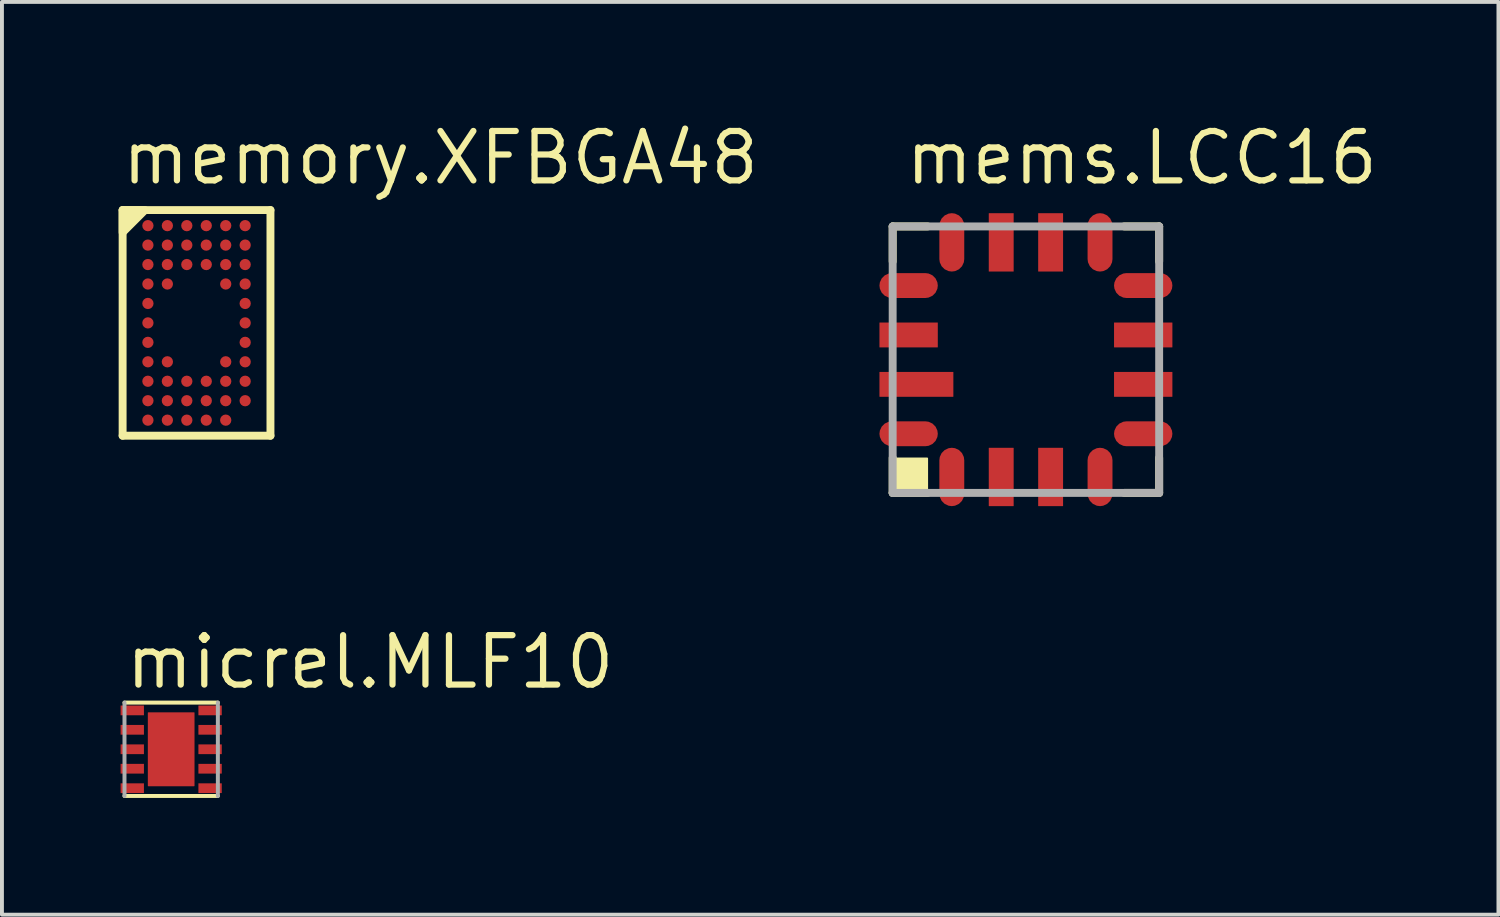
<source format=kicad_pcb>
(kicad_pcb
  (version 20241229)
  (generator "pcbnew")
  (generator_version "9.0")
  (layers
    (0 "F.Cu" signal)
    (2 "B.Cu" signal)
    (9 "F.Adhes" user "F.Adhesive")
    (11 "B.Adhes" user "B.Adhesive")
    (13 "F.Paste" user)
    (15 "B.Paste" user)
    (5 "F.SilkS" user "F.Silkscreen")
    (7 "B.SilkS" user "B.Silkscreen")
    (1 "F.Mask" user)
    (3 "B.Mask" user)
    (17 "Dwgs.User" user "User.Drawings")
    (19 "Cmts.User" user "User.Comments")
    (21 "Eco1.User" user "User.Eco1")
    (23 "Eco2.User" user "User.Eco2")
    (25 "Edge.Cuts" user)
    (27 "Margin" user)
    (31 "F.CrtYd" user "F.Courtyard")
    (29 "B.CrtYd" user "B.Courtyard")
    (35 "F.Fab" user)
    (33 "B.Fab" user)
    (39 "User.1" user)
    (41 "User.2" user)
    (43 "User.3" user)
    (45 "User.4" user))
  (footprint "memory.XFBGA48"
    (layer "F.Cu")
    (at 2.002 5.25)
    (property "Reference" "memory.XFBGA48" (at -2 -3.5 0) (layer "F.SilkS") (effects (font (size 1.27 1.27) (thickness 0.16)) (justify left bottom)))
    (attr smd)
    (fp_circle (center -1.25 -2.5) (end -1.09 -2.5) (stroke (width 0.1) (type default)) (fill no) (layer "F.Mask"))
    (fp_circle (center -1.25 -2) (end -1.09 -2) (stroke (width 0.1) (type default)) (fill no) (layer "F.Mask"))
    (fp_circle (center -1.25 -1.5) (end -1.09 -1.5) (stroke (width 0.1) (type default)) (fill no) (layer "F.Mask"))
    (fp_circle (center -1.25 -1) (end -1.09 -1) (stroke (width 0.1) (type default)) (fill no) (layer "F.Mask"))
    (fp_circle (center -1.25 -0.5) (end -1.09 -0.5) (stroke (width 0.1) (type default)) (fill no) (layer "F.Mask"))
    (fp_circle (center -1.25 0) (end -1.09 0) (stroke (width 0.1) (type default)) (fill no) (layer "F.Mask"))
    (fp_circle (center -1.25 0.5) (end -1.09 0.5) (stroke (width 0.1) (type default)) (fill no) (layer "F.Mask"))
    (fp_circle (center -1.25 1) (end -1.09 1) (stroke (width 0.1) (type default)) (fill no) (layer "F.Mask"))
    (fp_circle (center -1.25 1.5) (end -1.09 1.5) (stroke (width 0.1) (type default)) (fill no) (layer "F.Mask"))
    (fp_circle (center -1.25 2) (end -1.09 2) (stroke (width 0.1) (type default)) (fill no) (layer "F.Mask"))
    (fp_circle (center -1.25 2.5) (end -1.09 2.5) (stroke (width 0.1) (type default)) (fill no) (layer "F.Mask"))
    (fp_circle (center -0.75 -2.5) (end -0.59 -2.5) (stroke (width 0.1) (type default)) (fill no) (layer "F.Mask"))
    (fp_circle (center -0.75 -2) (end -0.59 -2) (stroke (width 0.1) (type default)) (fill no) (layer "F.Mask"))
    (fp_circle (center -0.75 -1.5) (end -0.59 -1.5) (stroke (width 0.1) (type default)) (fill no) (layer "F.Mask"))
    (fp_circle (center -0.75 -1) (end -0.59 -1) (stroke (width 0.1) (type default)) (fill no) (layer "F.Mask"))
    (fp_circle (center -0.75 1) (end -0.59 1) (stroke (width 0.1) (type default)) (fill no) (layer "F.Mask"))
    (fp_circle (center -0.75 1.5) (end -0.59 1.5) (stroke (width 0.1) (type default)) (fill no) (layer "F.Mask"))
    (fp_circle (center -0.75 2) (end -0.59 2) (stroke (width 0.1) (type default)) (fill no) (layer "F.Mask"))
    (fp_circle (center -0.75 2.5) (end -0.59 2.5) (stroke (width 0.1) (type default)) (fill no) (layer "F.Mask"))
    (fp_circle (center -0.25 -2.5) (end -0.09 -2.5) (stroke (width 0.1) (type default)) (fill no) (layer "F.Mask"))
    (fp_circle (center -0.25 -2) (end -0.09 -2) (stroke (width 0.1) (type default)) (fill no) (layer "F.Mask"))
    (fp_circle (center -0.25 -1.5) (end -0.09 -1.5) (stroke (width 0.1) (type default)) (fill no) (layer "F.Mask"))
    (fp_circle (center -0.25 1.5) (end -0.09 1.5) (stroke (width 0.1) (type default)) (fill no) (layer "F.Mask"))
    (fp_circle (center -0.25 2) (end -0.09 2) (stroke (width 0.1) (type default)) (fill no) (layer "F.Mask"))
    (fp_circle (center -0.25 2.5) (end -0.09 2.5) (stroke (width 0.1) (type default)) (fill no) (layer "F.Mask"))
    (fp_circle (center 0.25 -2.5) (end 0.41 -2.5) (stroke (width 0.1) (type default)) (fill no) (layer "F.Mask"))
    (fp_circle (center 0.25 -2) (end 0.41 -2) (stroke (width 0.1) (type default)) (fill no) (layer "F.Mask"))
    (fp_circle (center 0.25 -1.5) (end 0.41 -1.5) (stroke (width 0.1) (type default)) (fill no) (layer "F.Mask"))
    (fp_circle (center 0.25 1.5) (end 0.41 1.5) (stroke (width 0.1) (type default)) (fill no) (layer "F.Mask"))
    (fp_circle (center 0.25 2) (end 0.41 2) (stroke (width 0.1) (type default)) (fill no) (layer "F.Mask"))
    (fp_circle (center 0.25 2.5) (end 0.41 2.5) (stroke (width 0.1) (type default)) (fill no) (layer "F.Mask"))
    (fp_circle (center 0.75 -2.5) (end 0.91 -2.5) (stroke (width 0.1) (type default)) (fill no) (layer "F.Mask"))
    (fp_circle (center 0.75 -2) (end 0.91 -2) (stroke (width 0.1) (type default)) (fill no) (layer "F.Mask"))
    (fp_circle (center 0.75 -1.5) (end 0.91 -1.5) (stroke (width 0.1) (type default)) (fill no) (layer "F.Mask"))
    (fp_circle (center 0.75 -1) (end 0.91 -1) (stroke (width 0.1) (type default)) (fill no) (layer "F.Mask"))
    (fp_circle (center 0.75 1) (end 0.91 1) (stroke (width 0.1) (type default)) (fill no) (layer "F.Mask"))
    (fp_circle (center 0.75 1.5) (end 0.91 1.5) (stroke (width 0.1) (type default)) (fill no) (layer "F.Mask"))
    (fp_circle (center 0.75 2) (end 0.91 2) (stroke (width 0.1) (type default)) (fill no) (layer "F.Mask"))
    (fp_circle (center 0.75 2.5) (end 0.91 2.5) (stroke (width 0.1) (type default)) (fill no) (layer "F.Mask"))
    (fp_circle (center 1.25 -2.5) (end 1.41 -2.5) (stroke (width 0.1) (type default)) (fill no) (layer "F.Mask"))
    (fp_circle (center 1.25 -2) (end 1.41 -2) (stroke (width 0.1) (type default)) (fill no) (layer "F.Mask"))
    (fp_circle (center 1.25 -1.5) (end 1.41 -1.5) (stroke (width 0.1) (type default)) (fill no) (layer "F.Mask"))
    (fp_circle (center 1.25 -1) (end 1.41 -1) (stroke (width 0.1) (type default)) (fill no) (layer "F.Mask"))
    (fp_circle (center 1.25 -0.5) (end 1.41 -0.5) (stroke (width 0.1) (type default)) (fill no) (layer "F.Mask"))
    (fp_circle (center 1.25 0) (end 1.41 0) (stroke (width 0.1) (type default)) (fill no) (layer "F.Mask"))
    (fp_circle (center 1.25 0.5) (end 1.41 0.5) (stroke (width 0.1) (type default)) (fill no) (layer "F.Mask"))
    (fp_circle (center 1.25 1) (end 1.41 1) (stroke (width 0.1) (type default)) (fill no) (layer "F.Mask"))
    (fp_circle (center 1.25 1.5) (end 1.41 1.5) (stroke (width 0.1) (type default)) (fill no) (layer "F.Mask"))
    (fp_circle (center 1.25 2) (end 1.41 2) (stroke (width 0.1) (type default)) (fill no) (layer "F.Mask"))
    (fp_line (start -1.9 -2.9) (end 1.9 -2.9) (stroke (width 0.203) (type default)) (layer "F.SilkS"))
    (fp_line (start -1.9 2.9) (end -1.9 -2.9) (stroke (width 0.203) (type default)) (layer "F.SilkS"))
    (fp_line (start 1.9 -2.9) (end 1.9 2.9) (stroke (width 0.203) (type default)) (layer "F.SilkS"))
    (fp_line (start 1.9 2.9) (end -1.9 2.9) (stroke (width 0.203) (type default)) (layer "F.SilkS"))
    (fp_poly (pts (xy -1.9 -2.325) (xy -1.325 -2.9) (xy -1.9 -2.9)) (stroke (width 0.203) (type default)) (fill yes) (layer "F.SilkS"))
    (pad "A1" smd roundrect (at -1.25 -2.5) (size 0.29 0.29) (layers "F.Cu" "F.Mask" "F.Paste") (roundrect_rratio 0.5))
    (pad "A2" smd roundrect (at -0.75 -2.5) (size 0.29 0.29) (layers "F.Cu" "F.Mask" "F.Paste") (roundrect_rratio 0.5))
    (pad "A3" smd roundrect (at -0.25 -2.5) (size 0.29 0.29) (layers "F.Cu" "F.Mask" "F.Paste") (roundrect_rratio 0.5))
    (pad "A4" smd roundrect (at 0.25 -2.5) (size 0.29 0.29) (layers "F.Cu" "F.Mask" "F.Paste") (roundrect_rratio 0.5))
    (pad "A5" smd roundrect (at 0.75 -2.5) (size 0.29 0.29) (layers "F.Cu" "F.Mask" "F.Paste") (roundrect_rratio 0.5))
    (pad "A6" smd roundrect (at 1.25 -2.5) (size 0.29 0.29) (layers "F.Cu" "F.Mask" "F.Paste") (roundrect_rratio 0.5))
    (pad "B1" smd roundrect (at -1.25 -2) (size 0.29 0.29) (layers "F.Cu" "F.Mask" "F.Paste") (roundrect_rratio 0.5))
    (pad "B2" smd roundrect (at -0.75 -2) (size 0.29 0.29) (layers "F.Cu" "F.Mask" "F.Paste") (roundrect_rratio 0.5))
    (pad "B3" smd roundrect (at -0.25 -2) (size 0.29 0.29) (layers "F.Cu" "F.Mask" "F.Paste") (roundrect_rratio 0.5))
    (pad "B4" smd roundrect (at 0.25 -2) (size 0.29 0.29) (layers "F.Cu" "F.Mask" "F.Paste") (roundrect_rratio 0.5))
    (pad "B5" smd roundrect (at 0.75 -2) (size 0.29 0.29) (layers "F.Cu" "F.Mask" "F.Paste") (roundrect_rratio 0.5))
    (pad "B6" smd roundrect (at 1.25 -2) (size 0.29 0.29) (layers "F.Cu" "F.Mask" "F.Paste") (roundrect_rratio 0.5))
    (pad "C1" smd roundrect (at -1.25 -1.5) (size 0.29 0.29) (layers "F.Cu" "F.Mask" "F.Paste") (roundrect_rratio 0.5))
    (pad "C2" smd roundrect (at -0.75 -1.5) (size 0.29 0.29) (layers "F.Cu" "F.Mask" "F.Paste") (roundrect_rratio 0.5))
    (pad "C3" smd roundrect (at -0.25 -1.5) (size 0.29 0.29) (layers "F.Cu" "F.Mask" "F.Paste") (roundrect_rratio 0.5))
    (pad "C4" smd roundrect (at 0.25 -1.5) (size 0.29 0.29) (layers "F.Cu" "F.Mask" "F.Paste") (roundrect_rratio 0.5))
    (pad "C5" smd roundrect (at 0.75 -1.5) (size 0.29 0.29) (layers "F.Cu" "F.Mask" "F.Paste") (roundrect_rratio 0.5))
    (pad "C6" smd roundrect (at 1.25 -1.5) (size 0.29 0.29) (layers "F.Cu" "F.Mask" "F.Paste") (roundrect_rratio 0.5))
    (pad "D1" smd roundrect (at -1.25 -1) (size 0.29 0.29) (layers "F.Cu" "F.Mask" "F.Paste") (roundrect_rratio 0.5))
    (pad "D2" smd roundrect (at -0.75 -1) (size 0.29 0.29) (layers "F.Cu" "F.Mask" "F.Paste") (roundrect_rratio 0.5))
    (pad "D5" smd roundrect (at 0.75 -1) (size 0.29 0.29) (layers "F.Cu" "F.Mask" "F.Paste") (roundrect_rratio 0.5))
    (pad "D6" smd roundrect (at 1.25 -1) (size 0.29 0.29) (layers "F.Cu" "F.Mask" "F.Paste") (roundrect_rratio 0.5))
    (pad "E1" smd roundrect (at -1.25 -0.5) (size 0.29 0.29) (layers "F.Cu" "F.Mask" "F.Paste") (roundrect_rratio 0.5))
    (pad "E6" smd roundrect (at 1.25 -0.5) (size 0.29 0.29) (layers "F.Cu" "F.Mask" "F.Paste") (roundrect_rratio 0.5))
    (pad "F1" smd roundrect (at -1.25 0) (size 0.29 0.29) (layers "F.Cu" "F.Mask" "F.Paste") (roundrect_rratio 0.5))
    (pad "F6" smd roundrect (at 1.25 0) (size 0.29 0.29) (layers "F.Cu" "F.Mask" "F.Paste") (roundrect_rratio 0.5))
    (pad "G1" smd roundrect (at -1.25 0.5) (size 0.29 0.29) (layers "F.Cu" "F.Mask" "F.Paste") (roundrect_rratio 0.5))
    (pad "G6" smd roundrect (at 1.25 0.5) (size 0.29 0.29) (layers "F.Cu" "F.Mask" "F.Paste") (roundrect_rratio 0.5))
    (pad "H1" smd roundrect (at -1.25 1) (size 0.29 0.29) (layers "F.Cu" "F.Mask" "F.Paste") (roundrect_rratio 0.5))
    (pad "H2" smd roundrect (at -0.75 1) (size 0.29 0.29) (layers "F.Cu" "F.Mask" "F.Paste") (roundrect_rratio 0.5))
    (pad "H5" smd roundrect (at 0.75 1) (size 0.29 0.29) (layers "F.Cu" "F.Mask" "F.Paste") (roundrect_rratio 0.5))
    (pad "H6" smd roundrect (at 1.25 1) (size 0.29 0.29) (layers "F.Cu" "F.Mask" "F.Paste") (roundrect_rratio 0.5))
    (pad "J1" smd roundrect (at -1.25 1.5) (size 0.29 0.29) (layers "F.Cu" "F.Mask" "F.Paste") (roundrect_rratio 0.5))
    (pad "J2" smd roundrect (at -0.75 1.5) (size 0.29 0.29) (layers "F.Cu" "F.Mask" "F.Paste") (roundrect_rratio 0.5))
    (pad "J3" smd roundrect (at -0.25 1.5) (size 0.29 0.29) (layers "F.Cu" "F.Mask" "F.Paste") (roundrect_rratio 0.5))
    (pad "J4" smd roundrect (at 0.25 1.5) (size 0.29 0.29) (layers "F.Cu" "F.Mask" "F.Paste") (roundrect_rratio 0.5))
    (pad "J5" smd roundrect (at 0.75 1.5) (size 0.29 0.29) (layers "F.Cu" "F.Mask" "F.Paste") (roundrect_rratio 0.5))
    (pad "J6" smd roundrect (at 1.25 1.5) (size 0.29 0.29) (layers "F.Cu" "F.Mask" "F.Paste") (roundrect_rratio 0.5))
    (pad "K1" smd roundrect (at -1.25 2) (size 0.29 0.29) (layers "F.Cu" "F.Mask" "F.Paste") (roundrect_rratio 0.5))
    (pad "K2" smd roundrect (at -0.75 2) (size 0.29 0.29) (layers "F.Cu" "F.Mask" "F.Paste") (roundrect_rratio 0.5))
    (pad "K3" smd roundrect (at -0.25 2) (size 0.29 0.29) (layers "F.Cu" "F.Mask" "F.Paste") (roundrect_rratio 0.5))
    (pad "K4" smd roundrect (at 0.25 2) (size 0.29 0.29) (layers "F.Cu" "F.Mask" "F.Paste") (roundrect_rratio 0.5))
    (pad "K5" smd roundrect (at 0.75 2) (size 0.29 0.29) (layers "F.Cu" "F.Mask" "F.Paste") (roundrect_rratio 0.5))
    (pad "K6" smd roundrect (at 1.25 2) (size 0.29 0.29) (layers "F.Cu" "F.Mask" "F.Paste") (roundrect_rratio 0.5))
    (pad "L1" smd roundrect (at -1.25 2.5) (size 0.29 0.29) (layers "F.Cu" "F.Mask" "F.Paste") (roundrect_rratio 0.5))
    (pad "L2" smd roundrect (at -0.75 2.5) (size 0.29 0.29) (layers "F.Cu" "F.Mask" "F.Paste") (roundrect_rratio 0.5))
    (pad "L3" smd roundrect (at -0.25 2.5) (size 0.29 0.29) (layers "F.Cu" "F.Mask" "F.Paste") (roundrect_rratio 0.5))
    (pad "L4" smd roundrect (at 0.25 2.5) (size 0.29 0.29) (layers "F.Cu" "F.Mask" "F.Paste") (roundrect_rratio 0.5))
    (pad "L5" smd roundrect (at 0.75 2.5) (size 0.29 0.29) (layers "F.Cu" "F.Mask" "F.Paste") (roundrect_rratio 0.5)))
  (footprint "mems.LCC16"
    (layer "F.Cu")
    (at 23.321 6.195)
    (property "Reference" "mems.LCC16" (at -3.175 -4.445 0) (layer "F.SilkS") (effects (font (size 1.27 1.27) (thickness 0.16)) (justify left bottom)))
    (attr smd)
    (fp_line (start -3.425 -3.425) (end -2.525 -3.425) (stroke (width 0.203) (type default)) (layer "F.SilkS"))
    (fp_line (start -3.425 -2.525) (end -3.425 -3.425) (stroke (width 0.203) (type default)) (layer "F.SilkS"))
    (fp_line (start -3.425 3.425) (end -3.425 2.525) (stroke (width 0.203) (type default)) (layer "F.SilkS"))
    (fp_line (start -2.525 3.425) (end -3.425 3.425) (stroke (width 0.203) (type default)) (layer "F.SilkS"))
    (fp_line (start 2.525 -3.425) (end 3.425 -3.425) (stroke (width 0.203) (type default)) (layer "F.SilkS"))
    (fp_line (start 3.425 -3.425) (end 3.425 -2.525) (stroke (width 0.203) (type default)) (layer "F.SilkS"))
    (fp_line (start 3.425 2.525) (end 3.425 3.425) (stroke (width 0.203) (type default)) (layer "F.SilkS"))
    (fp_line (start 3.425 3.425) (end 2.525 3.425) (stroke (width 0.203) (type default)) (layer "F.SilkS"))
    (fp_rect (start -3.425 3.45) (end -2.54 2.54) (stroke (width 0.05) (type default)) (fill yes) (layer "F.SilkS"))
    (fp_line (start -3.425 -3.425) (end 3.425 -3.425) (stroke (width 0.203) (type default)) (layer "F.Fab"))
    (fp_line (start -3.425 3.425) (end -3.425 -3.425) (stroke (width 0.203) (type default)) (layer "F.Fab"))
    (fp_line (start 3.425 -3.425) (end 3.425 3.425) (stroke (width 0.203) (type default)) (layer "F.Fab"))
    (fp_line (start 3.425 3.425) (end -3.425 3.425) (stroke (width 0.203) (type default)) (layer "F.Fab"))
    (pad "1" smd roundrect (at -2.815 0.635) (size 1.9 0.64) (layers "F.Cu" "F.Mask" "F.Paste") (roundrect_rratio 0.01))
    (pad "2" smd roundrect (at -3.015 1.905) (size 1.5 0.64) (layers "F.Cu" "F.Mask" "F.Paste") (roundrect_rratio 0.5))
    (pad "3" smd roundrect (at -1.905 3.015 90) (size 1.5 0.64) (layers "F.Cu" "F.Mask" "F.Paste") (roundrect_rratio 0.5))
    (pad "4" smd roundrect (at -0.635 3.015 90) (size 1.5 0.64) (layers "F.Cu" "F.Mask" "F.Paste") (roundrect_rratio 0.01))
    (pad "5" smd roundrect (at 0.635 3.015 90) (size 1.5 0.64) (layers "F.Cu" "F.Mask" "F.Paste") (roundrect_rratio 0.01))
    (pad "6" smd roundrect (at 1.905 3.015 90) (size 1.5 0.64) (layers "F.Cu" "F.Mask" "F.Paste") (roundrect_rratio 0.5))
    (pad "7" smd roundrect (at 3.015 1.905 180) (size 1.5 0.64) (layers "F.Cu" "F.Mask" "F.Paste") (roundrect_rratio 0.5))
    (pad "8" smd roundrect (at 3.015 0.635 180) (size 1.5 0.64) (layers "F.Cu" "F.Mask" "F.Paste") (roundrect_rratio 0.01))
    (pad "9" smd roundrect (at 3.015 -0.635 180) (size 1.5 0.64) (layers "F.Cu" "F.Mask" "F.Paste") (roundrect_rratio 0.01))
    (pad "10" smd roundrect (at 3.015 -1.905 180) (size 1.5 0.64) (layers "F.Cu" "F.Mask" "F.Paste") (roundrect_rratio 0.5))
    (pad "11" smd roundrect (at 1.905 -3.015 270) (size 1.5 0.64) (layers "F.Cu" "F.Mask" "F.Paste") (roundrect_rratio 0.5))
    (pad "12" smd roundrect (at 0.635 -3.015 270) (size 1.5 0.64) (layers "F.Cu" "F.Mask" "F.Paste") (roundrect_rratio 0.01))
    (pad "13" smd roundrect (at -0.635 -3.015 270) (size 1.5 0.64) (layers "F.Cu" "F.Mask" "F.Paste") (roundrect_rratio 0.01))
    (pad "14" smd roundrect (at -1.905 -3.015 270) (size 1.5 0.64) (layers "F.Cu" "F.Mask" "F.Paste") (roundrect_rratio 0.5))
    (pad "15" smd roundrect (at -3.015 -1.905) (size 1.5 0.64) (layers "F.Cu" "F.Mask" "F.Paste") (roundrect_rratio 0.5))
    (pad "16" smd roundrect (at -3.015 -0.635) (size 1.5 0.64) (layers "F.Cu" "F.Mask" "F.Paste") (roundrect_rratio 0.01)))
  (footprint "micrel.MLF10"
    (layer "F.Cu")
    (at 1.35 16.21)
    (property "Reference" "micrel.MLF10" (at -1.25 -1.5 0) (layer "F.SilkS") (effects (font (size 1.27 1.27) (thickness 0.16)) (justify left bottom)))
    (attr smd)
    (fp_rect (start -1.325 -0.85) (end -0.675 -1.15) (stroke (width 0.05) (type default)) (fill yes) (layer "F.Mask"))
    (fp_rect (start -1.325 -0.35) (end -0.675 -0.65) (stroke (width 0.05) (type default)) (fill yes) (layer "F.Mask"))
    (fp_rect (start -1.325 0.15) (end -0.675 -0.15) (stroke (width 0.05) (type default)) (fill yes) (layer "F.Mask"))
    (fp_rect (start -1.325 0.65) (end -0.675 0.35) (stroke (width 0.05) (type default)) (fill yes) (layer "F.Mask"))
    (fp_rect (start -1.325 1.15) (end -0.675 0.85) (stroke (width 0.05) (type default)) (fill yes) (layer "F.Mask"))
    (fp_rect (start -0.625 0.975) (end 0.625 -0.975) (stroke (width 0.05) (type default)) (fill yes) (layer "F.Mask"))
    (fp_rect (start 0.675 -0.85) (end 1.325 -1.15) (stroke (width 0.05) (type default)) (fill yes) (layer "F.Mask"))
    (fp_rect (start 0.675 -0.35) (end 1.325 -0.65) (stroke (width 0.05) (type default)) (fill yes) (layer "F.Mask"))
    (fp_rect (start 0.675 0.15) (end 1.325 -0.15) (stroke (width 0.05) (type default)) (fill yes) (layer "F.Mask"))
    (fp_rect (start 0.675 0.65) (end 1.325 0.35) (stroke (width 0.05) (type default)) (fill yes) (layer "F.Mask"))
    (fp_rect (start 0.675 1.15) (end 1.325 0.85) (stroke (width 0.05) (type default)) (fill yes) (layer "F.Mask"))
    (fp_line (start -1.2 -1.2) (end 1.2 -1.2) (stroke (width 0.102) (type default)) (layer "F.SilkS"))
    (fp_line (start 1.2 1.2) (end -1.2 1.2) (stroke (width 0.102) (type default)) (layer "F.SilkS"))
    (fp_rect (start -1.275 -0.9) (end -0.725 -1.1) (stroke (width 0.05) (type default)) (fill yes) (layer "F.Paste"))
    (fp_rect (start -1.275 -0.4) (end -0.725 -0.6) (stroke (width 0.05) (type default)) (fill yes) (layer "F.Paste"))
    (fp_rect (start -1.275 0.1) (end -0.725 -0.1) (stroke (width 0.05) (type default)) (fill yes) (layer "F.Paste"))
    (fp_rect (start -1.275 0.6) (end -0.725 0.4) (stroke (width 0.05) (type default)) (fill yes) (layer "F.Paste"))
    (fp_rect (start -1.275 1.1) (end -0.725 0.9) (stroke (width 0.05) (type default)) (fill yes) (layer "F.Paste"))
    (fp_rect (start -0.525 0.875) (end 0.525 -0.875) (stroke (width 0.05) (type default)) (fill yes) (layer "F.Paste"))
    (fp_rect (start 0.725 -0.9) (end 1.275 -1.1) (stroke (width 0.05) (type default)) (fill yes) (layer "F.Paste"))
    (fp_rect (start 0.725 -0.4) (end 1.275 -0.6) (stroke (width 0.05) (type default)) (fill yes) (layer "F.Paste"))
    (fp_rect (start 0.725 0.1) (end 1.275 -0.1) (stroke (width 0.05) (type default)) (fill yes) (layer "F.Paste"))
    (fp_rect (start 0.725 0.6) (end 1.275 0.4) (stroke (width 0.05) (type default)) (fill yes) (layer "F.Paste"))
    (fp_rect (start 0.725 1.1) (end 1.275 0.9) (stroke (width 0.05) (type default)) (fill yes) (layer "F.Paste"))
    (fp_line (start -1.2 1.2) (end -1.2 -1.2) (stroke (width 0.102) (type default)) (layer "F.Fab"))
    (fp_line (start 1.2 -1.2) (end 1.2 1.2) (stroke (width 0.102) (type default)) (layer "F.Fab"))
    (pad "1" smd roundrect (at -1 -1) (size 0.6 0.25) (layers "F.Cu" "F.Mask" "F.Paste") (roundrect_rratio 0.01))
    (pad "2" smd roundrect (at -1 -0.5) (size 0.6 0.25) (layers "F.Cu" "F.Mask" "F.Paste") (roundrect_rratio 0.01))
    (pad "3" smd roundrect (at -1 0) (size 0.6 0.25) (layers "F.Cu" "F.Mask" "F.Paste") (roundrect_rratio 0.01))
    (pad "4" smd roundrect (at -1 0.5) (size 0.6 0.25) (layers "F.Cu" "F.Mask" "F.Paste") (roundrect_rratio 0.01))
    (pad "5" smd roundrect (at -1 1) (size 0.6 0.25) (layers "F.Cu" "F.Mask" "F.Paste") (roundrect_rratio 0.01))
    (pad "6" smd roundrect (at 1 1 180) (size 0.6 0.25) (layers "F.Cu" "F.Mask" "F.Paste") (roundrect_rratio 0.01))
    (pad "7" smd roundrect (at 1 0.5 180) (size 0.6 0.25) (layers "F.Cu" "F.Mask" "F.Paste") (roundrect_rratio 0.01))
    (pad "8" smd roundrect (at 1 0 180) (size 0.6 0.25) (layers "F.Cu" "F.Mask" "F.Paste") (roundrect_rratio 0.01))
    (pad "9" smd roundrect (at 1 -0.5 180) (size 0.6 0.25) (layers "F.Cu" "F.Mask" "F.Paste") (roundrect_rratio 0.01))
    (pad "10" smd roundrect (at 1 -1 180) (size 0.6 0.25) (layers "F.Cu" "F.Mask" "F.Paste") (roundrect_rratio 0.01))
    (pad "EXP" smd roundrect (at 0 0) (size 1.2 1.9) (layers "F.Cu" "F.Mask" "F.Paste") (roundrect_rratio 0.01)))
  (gr_rect
    (start -3 -3)
    (end 35.467 20.461)
    (stroke (width 0.1) (type default))
    (fill no)
    (layer "Edge.Cuts")))
</source>
